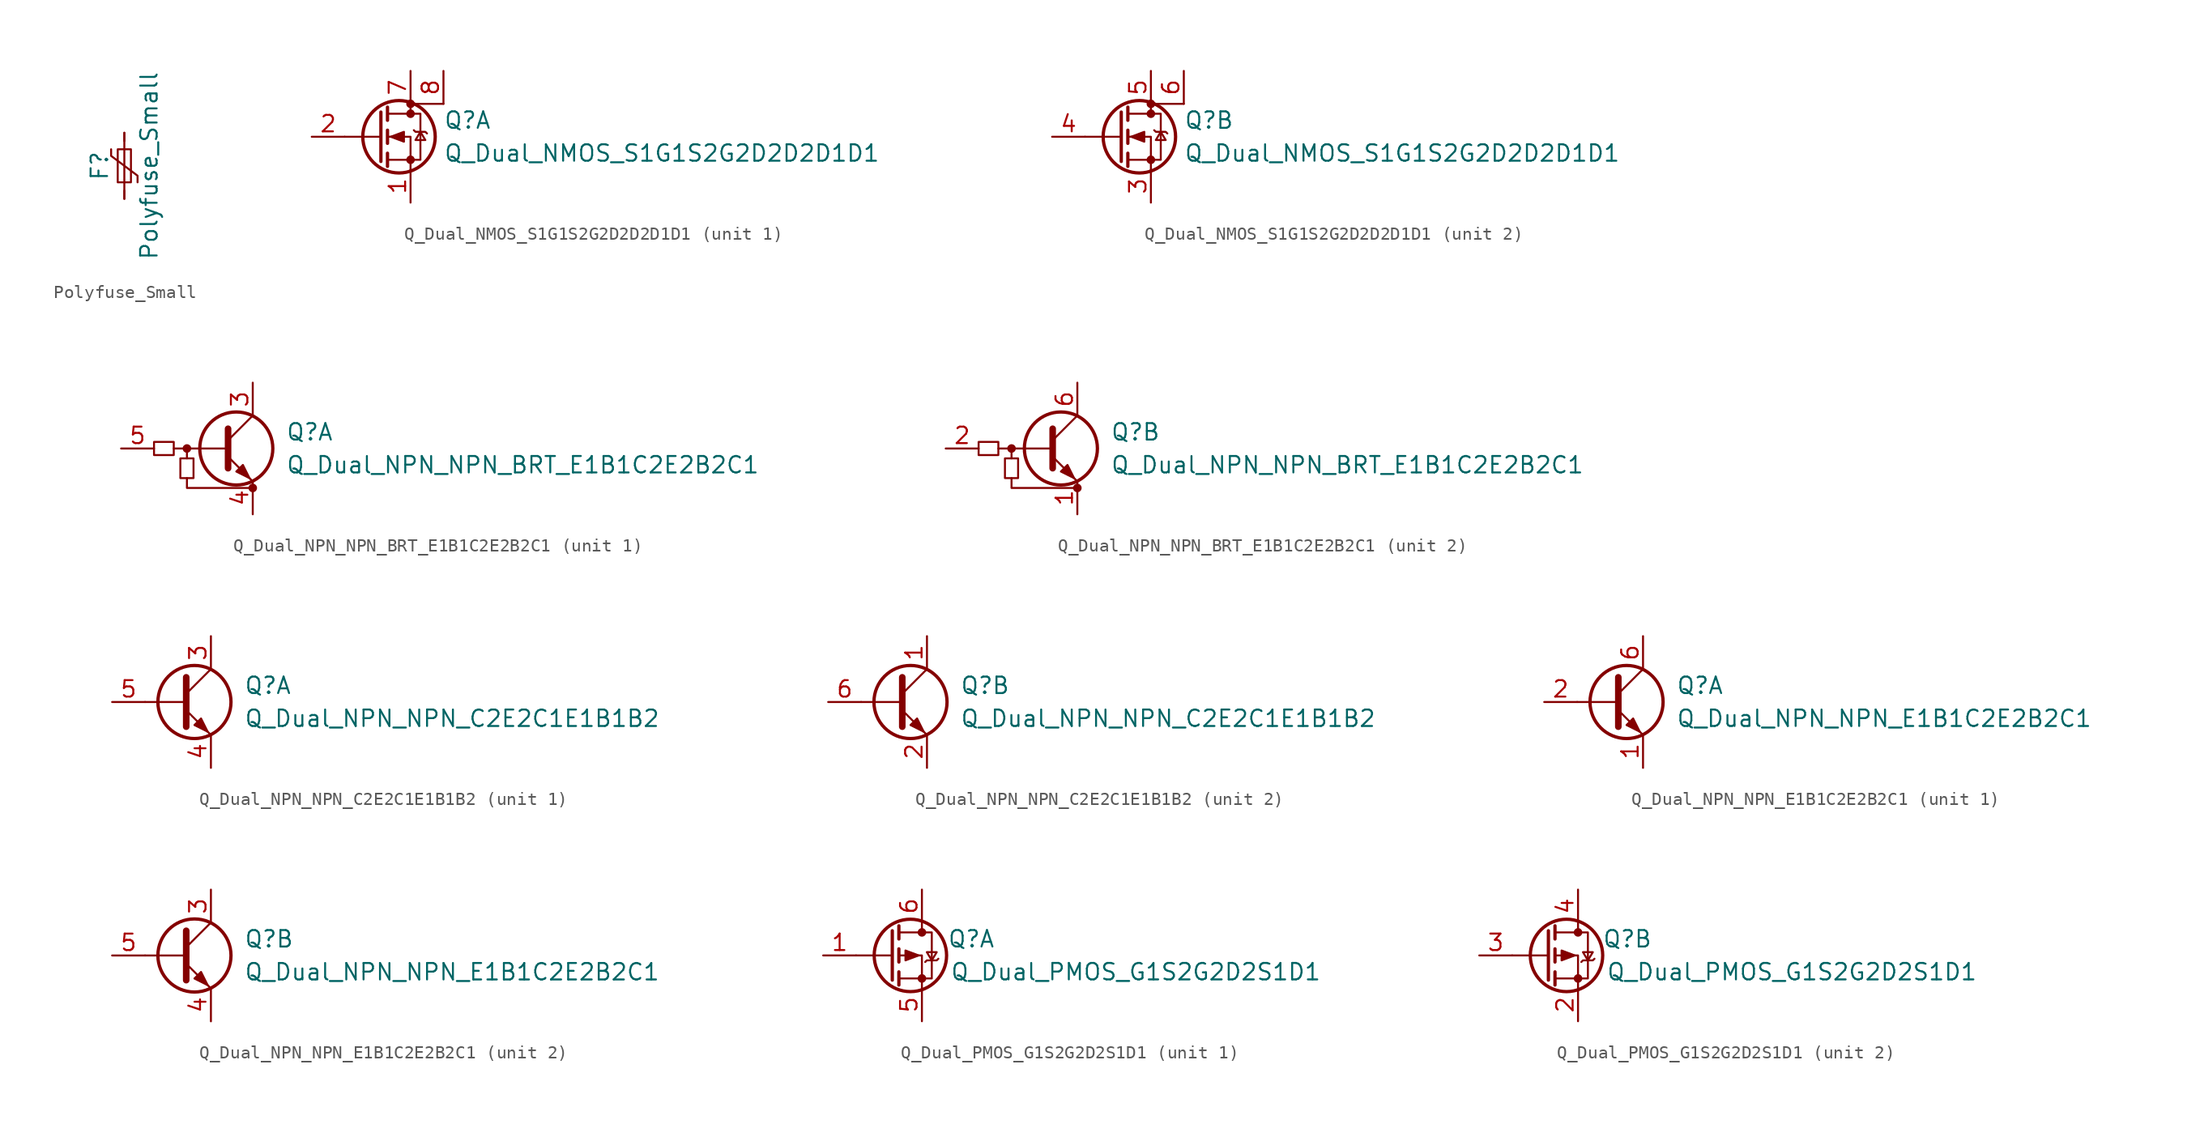
<source format=kicad_sym>
(kicad_symbol_lib
  (version 20211014)
  (generator kicad_symbol_editor)
  (symbol "Polyfuse_Small"
    (pin_numbers hide)
    (pin_names
      (offset 0))
    (property "Reference" "F"
      (at -1.905 0 90)
      (effects (font (size 1.27 1.27))))
    (property "Value" "Polyfuse_Small"
      (at 1.905 0 90)
      (effects (font (size 1.27 1.27))))
    (symbol "Polyfuse_Small_0_1"
      (rectangle (start -0.508 1.27) (end 0.508 -1.27) (stroke (width 0) (type default) (color 0 0 0 0)) (fill (type none)))
      (polyline (pts (xy 0 2.54) (xy 0 -2.54)) (stroke (width 0) (type default) (color 0 0 0 0)) (fill (type none)))
      (polyline (pts (xy -1.016 1.27) (xy -1.016 0.762) (xy 1.016 -0.762) (xy 1.016 -1.27)) (stroke (width 0) (type default) (color 0 0 0 0)) (fill (type none))))
    (symbol "Polyfuse_Small_1_1"
      (pin passive line (at 0 2.54 270) (length 0.635) (name "~" (effects (font (size 1.27 1.27)))) (number "1" (effects (font (size 1.27 1.27)))))
      (pin passive line (at 0 -2.54 90) (length 0.635) (name "~" (effects (font (size 1.27 1.27)))) (number "2" (effects (font (size 1.27 1.27)))))))
  (symbol "Q_Dual_NMOS_S1G1S2G2D2D2D1D1"
    (pin_names
      (offset 0) hide)
    (property "Reference" "Q"
      (at 5.08 1.27 0)
      (effects (font (size 1.27 1.27)) (justify left)))
    (property "Value" "Q_Dual_NMOS_S1G1S2G2D2D2D1D1"
      (at 5.08 -1.27 0)
      (effects (font (size 1.27 1.27)) (justify left)))
    (symbol "Q_Dual_NMOS_S1G1S2G2D2D2D1D1_0_1"
      (polyline (pts (xy 0.254 0) (xy -2.54 0)) (stroke (width 0) (type default) (color 0 0 0 0)) (fill (type none)))
      (polyline (pts (xy 0.254 1.905) (xy 0.254 -1.905)) (stroke (width 0.254) (type default) (color 0 0 0 0)) (fill (type none)))
      (polyline (pts (xy 0.762 -1.27) (xy 0.762 -2.286)) (stroke (width 0.254) (type default) (color 0 0 0 0)) (fill (type none)))
      (polyline (pts (xy 0.762 0.508) (xy 0.762 -0.508)) (stroke (width 0.254) (type default) (color 0 0 0 0)) (fill (type none)))
      (polyline (pts (xy 0.762 2.286) (xy 0.762 1.27)) (stroke (width 0.254) (type default) (color 0 0 0 0)) (fill (type none)))
      (polyline (pts (xy 2.54 2.54) (xy 2.54 1.778)) (stroke (width 0) (type default) (color 0 0 0 0)) (fill (type none)))
      (polyline (pts (xy 5.08 2.54) (xy 2.54 2.54)) (stroke (width 0) (type default) (color 0 0 0 0)) (fill (type none)))
      (polyline (pts (xy 2.54 -2.54) (xy 2.54 0) (xy 0.762 0)) (stroke (width 0) (type default) (color 0 0 0 0)) (fill (type none)))
      (polyline (pts (xy 0.762 -1.778) (xy 3.302 -1.778) (xy 3.302 1.778) (xy 0.762 1.778)) (stroke (width 0) (type default) (color 0 0 0 0)) (fill (type none)))
      (polyline (pts (xy 1.016 0) (xy 2.032 0.381) (xy 2.032 -0.381) (xy 1.016 0)) (stroke (width 0) (type default) (color 0 0 0 0)) (fill (type outline)))
      (polyline (pts (xy 2.794 0.508) (xy 2.921 0.381) (xy 3.683 0.381) (xy 3.81 0.254)) (stroke (width 0) (type default) (color 0 0 0 0)) (fill (type none)))
      (polyline (pts (xy 3.302 0.381) (xy 2.921 -0.254) (xy 3.683 -0.254) (xy 3.302 0.381)) (stroke (width 0) (type default) (color 0 0 0 0)) (fill (type none)))
      (circle (center 1.651 0) (radius 2.794) (stroke (width 0.254) (type default) (color 0 0 0 0)) (fill (type none)))
      (circle (center 2.54 -1.778) (radius 0.254) (stroke (width 0) (type default) (color 0 0 0 0)) (fill (type outline)))
      (circle (center 2.54 1.778) (radius 0.254) (stroke (width 0) (type default) (color 0 0 0 0)) (fill (type outline)))
      (circle (center 2.54 2.54) (radius 0.254) (stroke (width 0) (type default) (color 0 0 0 0)) (fill (type outline))))
    (symbol "Q_Dual_NMOS_S1G1S2G2D2D2D1D1_1_1"
      (pin passive line (at 2.54 -5.08 90) (length 2.54) (name "S" (effects (font (size 1.27 1.27)))) (number "1" (effects (font (size 1.27 1.27)))))
      (pin input line (at -5.08 0 0) (length 2.54) (name "G" (effects (font (size 1.27 1.27)))) (number "2" (effects (font (size 1.27 1.27)))))
      (pin passive line (at 2.54 5.08 270) (length 2.54) (name "D" (effects (font (size 1.27 1.27)))) (number "7" (effects (font (size 1.27 1.27)))))
      (pin passive line (at 5.08 5.08 270) (length 2.54) (name "D" (effects (font (size 1.27 1.27)))) (number "8" (effects (font (size 1.27 1.27))))))
    (symbol "Q_Dual_NMOS_S1G1S2G2D2D2D1D1_2_1"
      (pin passive line (at 2.54 -5.08 90) (length 2.54) (name "S" (effects (font (size 1.27 1.27)))) (number "3" (effects (font (size 1.27 1.27)))))
      (pin input line (at -5.08 0 0) (length 2.54) (name "G" (effects (font (size 1.27 1.27)))) (number "4" (effects (font (size 1.27 1.27)))))
      (pin passive line (at 2.54 5.08 270) (length 2.54) (name "D" (effects (font (size 1.27 1.27)))) (number "5" (effects (font (size 1.27 1.27)))))
      (pin passive line (at 5.08 5.08 270) (length 2.54) (name "D" (effects (font (size 1.27 1.27)))) (number "6" (effects (font (size 1.27 1.27)))))))
  (symbol "Q_Dual_NPN_NPN_BRT_E1B1C2E2B2C1"
    (pin_names hide)
    (property "Reference" "Q"
      (at 3.81 1.27 0)
      (effects (font (size 1.27 1.27)) (justify left)))
    (property "Value" "Q_Dual_NPN_NPN_BRT_E1B1C2E2B2C1"
      (at 3.81 -1.27 0)
      (effects (font (size 1.27 1.27)) (justify left)))
    (symbol "Q_Dual_NPN_NPN_BRT_E1B1C2E2B2C1_0_1"
      (rectangle (start -6.35 0.508) (end -4.826 -0.508) (stroke (width 0) (type default) (color 0 0 0 0)) (fill (type none)))
      (rectangle (start -4.318 -2.286) (end -3.302 -0.762) (stroke (width 0) (type default) (color 0 0 0 0)) (fill (type none)))
      (circle (center -3.81 0) (radius 0.254) (stroke (width 0) (type default) (color 0 0 0 0)) (fill (type outline)))
      (polyline (pts (xy -3.81 -0.762) (xy -3.81 0)) (stroke (width 0) (type default) (color 0 0 0 0)) (fill (type none)))
      (polyline (pts (xy -0.762 0) (xy -4.826 0)) (stroke (width 0) (type default) (color 0 0 0 0)) (fill (type none)))
      (polyline (pts (xy -0.635 1.524) (xy -0.635 -1.524)) (stroke (width 0.508) (type default) (color 0 0 0 0)) (fill (type none)))
      (polyline (pts (xy -3.81 -2.286) (xy -3.81 -3.048) (xy 1.27 -3.048)) (stroke (width 0) (type default) (color 0 0 0 0)) (fill (type none)))
      (circle (center 1.27 -3.048) (radius 0.254) (stroke (width 0) (type default) (color 0 0 0 0)) (fill (type outline))))
    (symbol "Q_Dual_NPN_NPN_BRT_E1B1C2E2B2C1_1_1"
      (polyline (pts (xy -0.635 0.635) (xy 1.27 2.54)) (stroke (width 0) (type default) (color 0 0 0 0)) (fill (type none)))
      (polyline (pts (xy -0.635 -0.635) (xy 1.27 -2.54) (xy 1.27 -2.54)) (stroke (width 0) (type default) (color 0 0 0 0)) (fill (type none)))
      (polyline (pts (xy 0 -1.778) (xy 0.508 -1.27) (xy 1.016 -2.286) (xy 0 -1.778) (xy 0 -1.778)) (stroke (width 0) (type default) (color 0 0 0 0)) (fill (type outline)))
      (circle (center 0 0) (radius 2.819) (stroke (width 0.254) (type default) (color 0 0 0 0)) (fill (type none)))
      (pin passive line (at 1.27 5.08 270) (length 2.54) (name "C1" (effects (font (size 1.27 1.27)))) (number "3" (effects (font (size 1.27 1.27)))))
      (pin passive line (at 1.27 -5.08 90) (length 2.54) (name "E1" (effects (font (size 1.27 1.27)))) (number "4" (effects (font (size 1.27 1.27)))))
      (pin input line (at -8.89 0 0) (length 2.54) (name "B1" (effects (font (size 1.27 1.27)))) (number "5" (effects (font (size 1.27 1.27))))))
    (symbol "Q_Dual_NPN_NPN_BRT_E1B1C2E2B2C1_2_1"
      (polyline (pts (xy -0.635 0.635) (xy 1.27 2.54)) (stroke (width 0) (type default) (color 0 0 0 0)) (fill (type none)))
      (polyline (pts (xy -0.635 -0.635) (xy 1.27 -2.54) (xy 1.27 -2.54)) (stroke (width 0) (type default) (color 0 0 0 0)) (fill (type none)))
      (polyline (pts (xy 0 -1.778) (xy 0.508 -1.27) (xy 1.016 -2.286) (xy 0 -1.778) (xy 0 -1.778)) (stroke (width 0) (type default) (color 0 0 0 0)) (fill (type outline)))
      (circle (center 0 0) (radius 2.819) (stroke (width 0.254) (type default) (color 0 0 0 0)) (fill (type none)))
      (pin passive line (at 1.27 -5.08 90) (length 2.54) (name "E1" (effects (font (size 1.27 1.27)))) (number "1" (effects (font (size 1.27 1.27)))))
      (pin input line (at -8.89 0 0) (length 2.54) (name "B1" (effects (font (size 1.27 1.27)))) (number "2" (effects (font (size 1.27 1.27)))))
      (pin passive line (at 1.27 5.08 270) (length 2.54) (name "C1" (effects (font (size 1.27 1.27)))) (number "6" (effects (font (size 1.27 1.27)))))))
  (symbol "Q_Dual_NPN_NPN_C2E2C1E1B1B2"
    (pin_names
      (offset 0) hide)
    (property "Reference" "Q"
      (at 5.08 1.27 0)
      (effects (font (size 1.27 1.27)) (justify left)))
    (property "Value" "Q_Dual_NPN_NPN_C2E2C1E1B1B2"
      (at 5.08 -1.27 0)
      (effects (font (size 1.27 1.27)) (justify left)))
    (property "ki_locked" ""
      (at 0 0 0)
      (effects (font (size 1.27 1.27))))
    (symbol "Q_Dual_NPN_NPN_C2E2C1E1B1B2_0_1"
      (polyline (pts (xy 0.635 0) (xy -2.54 0)) (stroke (width 0) (type default) (color 0 0 0 0)) (fill (type none)))
      (polyline (pts (xy 0.635 0.635) (xy 2.54 2.54)) (stroke (width 0) (type default) (color 0 0 0 0)) (fill (type none)))
      (polyline (pts (xy 0.635 -0.635) (xy 2.54 -2.54) (xy 2.54 -2.54)) (stroke (width 0) (type default) (color 0 0 0 0)) (fill (type none)))
      (polyline (pts (xy 0.635 1.905) (xy 0.635 -1.905) (xy 0.635 -1.905)) (stroke (width 0.508) (type default) (color 0 0 0 0)) (fill (type none)))
      (polyline (pts (xy 1.27 -1.778) (xy 1.778 -1.27) (xy 2.286 -2.286) (xy 1.27 -1.778) (xy 1.27 -1.778)) (stroke (width 0) (type default) (color 0 0 0 0)) (fill (type outline)))
      (circle (center 1.27 0) (radius 2.819) (stroke (width 0.254) (type default) (color 0 0 0 0)) (fill (type none))))
    (symbol "Q_Dual_NPN_NPN_C2E2C1E1B1B2_1_1"
      (pin passive line (at 2.54 5.08 270) (length 2.54) (name "C1" (effects (font (size 1.27 1.27)))) (number "3" (effects (font (size 1.27 1.27)))))
      (pin passive line (at 2.54 -5.08 90) (length 2.54) (name "E1" (effects (font (size 1.27 1.27)))) (number "4" (effects (font (size 1.27 1.27)))))
      (pin input line (at -5.08 0 0) (length 2.54) (name "B1" (effects (font (size 1.27 1.27)))) (number "5" (effects (font (size 1.27 1.27))))))
    (symbol "Q_Dual_NPN_NPN_C2E2C1E1B1B2_2_1"
      (pin passive line (at 2.54 5.08 270) (length 2.54) (name "C2" (effects (font (size 1.27 1.27)))) (number "1" (effects (font (size 1.27 1.27)))))
      (pin passive line (at 2.54 -5.08 90) (length 2.54) (name "E2" (effects (font (size 1.27 1.27)))) (number "2" (effects (font (size 1.27 1.27)))))
      (pin input line (at -5.08 0 0) (length 2.54) (name "B2" (effects (font (size 1.27 1.27)))) (number "6" (effects (font (size 1.27 1.27)))))))
  (symbol "Q_Dual_NPN_NPN_E1B1C2E2B2C1"
    (pin_names
      (offset 0) hide)
    (property "Reference" "Q"
      (at 5.08 1.27 0)
      (effects (font (size 1.27 1.27)) (justify left)))
    (property "Value" "Q_Dual_NPN_NPN_E1B1C2E2B2C1"
      (at 5.08 -1.27 0)
      (effects (font (size 1.27 1.27)) (justify left)))
    (property "ki_locked" ""
      (at 0 0 0)
      (effects (font (size 1.27 1.27))))
    (symbol "Q_Dual_NPN_NPN_E1B1C2E2B2C1_0_1"
      (polyline (pts (xy 0.635 0) (xy -2.54 0)) (stroke (width 0) (type default) (color 0 0 0 0)) (fill (type none)))
      (polyline (pts (xy 0.635 0.635) (xy 2.54 2.54)) (stroke (width 0) (type default) (color 0 0 0 0)) (fill (type none)))
      (polyline (pts (xy 0.635 -0.635) (xy 2.54 -2.54) (xy 2.54 -2.54)) (stroke (width 0) (type default) (color 0 0 0 0)) (fill (type none)))
      (polyline (pts (xy 0.635 1.905) (xy 0.635 -1.905) (xy 0.635 -1.905)) (stroke (width 0.508) (type default) (color 0 0 0 0)) (fill (type none)))
      (polyline (pts (xy 1.27 -1.778) (xy 1.778 -1.27) (xy 2.286 -2.286) (xy 1.27 -1.778) (xy 1.27 -1.778)) (stroke (width 0) (type default) (color 0 0 0 0)) (fill (type outline)))
      (circle (center 1.27 0) (radius 2.819) (stroke (width 0.254) (type default) (color 0 0 0 0)) (fill (type none))))
    (symbol "Q_Dual_NPN_NPN_E1B1C2E2B2C1_1_1"
      (pin passive line (at 2.54 -5.08 90) (length 2.54) (name "E1" (effects (font (size 1.27 1.27)))) (number "1" (effects (font (size 1.27 1.27)))))
      (pin input line (at -5.08 0 0) (length 2.54) (name "B1" (effects (font (size 1.27 1.27)))) (number "2" (effects (font (size 1.27 1.27)))))
      (pin passive line (at 2.54 5.08 270) (length 2.54) (name "C1" (effects (font (size 1.27 1.27)))) (number "6" (effects (font (size 1.27 1.27))))))
    (symbol "Q_Dual_NPN_NPN_E1B1C2E2B2C1_2_1"
      (pin passive line (at 2.54 5.08 270) (length 2.54) (name "C2" (effects (font (size 1.27 1.27)))) (number "3" (effects (font (size 1.27 1.27)))))
      (pin passive line (at 2.54 -5.08 90) (length 2.54) (name "E2" (effects (font (size 1.27 1.27)))) (number "4" (effects (font (size 1.27 1.27)))))
      (pin input line (at -5.08 0 0) (length 2.54) (name "B2" (effects (font (size 1.27 1.27)))) (number "5" (effects (font (size 1.27 1.27)))))))
  (symbol "Q_Dual_PMOS_G1S2G2D2S1D1"
    (pin_names
      (offset 0) hide)
    (property "Reference" "Q"
      (at 6.35 1.27 0)
      (effects (font (size 1.27 1.27))))
    (property "Value" "Q_Dual_PMOS_G1S2G2D2S1D1"
      (at 19.05 -1.27 0)
      (effects (font (size 1.27 1.27))))
    (symbol "Q_Dual_PMOS_G1S2G2D2S1D1_0_1"
      (polyline (pts (xy 0.254 0) (xy -2.54 0)) (stroke (width 0) (type default) (color 0 0 0 0)) (fill (type none)))
      (polyline (pts (xy 0.254 1.905) (xy 0.254 -1.905)) (stroke (width 0.254) (type default) (color 0 0 0 0)) (fill (type none)))
      (polyline (pts (xy 0.762 -1.27) (xy 0.762 -2.286)) (stroke (width 0.254) (type default) (color 0 0 0 0)) (fill (type none)))
      (polyline (pts (xy 0.762 0.508) (xy 0.762 -0.508)) (stroke (width 0.254) (type default) (color 0 0 0 0)) (fill (type none)))
      (polyline (pts (xy 0.762 2.286) (xy 0.762 1.27)) (stroke (width 0.254) (type default) (color 0 0 0 0)) (fill (type none)))
      (polyline (pts (xy 2.54 2.54) (xy 2.54 1.778)) (stroke (width 0) (type default) (color 0 0 0 0)) (fill (type none)))
      (polyline (pts (xy 2.54 -2.54) (xy 2.54 0) (xy 0.762 0)) (stroke (width 0) (type default) (color 0 0 0 0)) (fill (type none)))
      (polyline (pts (xy 0.762 1.778) (xy 3.302 1.778) (xy 3.302 -1.778) (xy 0.762 -1.778)) (stroke (width 0) (type default) (color 0 0 0 0)) (fill (type none)))
      (polyline (pts (xy 2.286 0) (xy 1.27 0.381) (xy 1.27 -0.381) (xy 2.286 0)) (stroke (width 0) (type default) (color 0 0 0 0)) (fill (type outline)))
      (polyline (pts (xy 2.794 -0.508) (xy 2.921 -0.381) (xy 3.683 -0.381) (xy 3.81 -0.254)) (stroke (width 0) (type default) (color 0 0 0 0)) (fill (type none)))
      (polyline (pts (xy 3.302 -0.381) (xy 2.921 0.254) (xy 3.683 0.254) (xy 3.302 -0.381)) (stroke (width 0) (type default) (color 0 0 0 0)) (fill (type none)))
      (circle (center 1.651 0) (radius 2.794) (stroke (width 0.254) (type default) (color 0 0 0 0)) (fill (type none)))
      (circle (center 2.54 -1.778) (radius 0.254) (stroke (width 0) (type default) (color 0 0 0 0)) (fill (type outline)))
      (circle (center 2.54 1.778) (radius 0.254) (stroke (width 0) (type default) (color 0 0 0 0)) (fill (type outline))))
    (symbol "Q_Dual_PMOS_G1S2G2D2S1D1_1_1"
      (pin input line (at -5.08 0 0) (length 2.54) (name "G" (effects (font (size 1.27 1.27)))) (number "1" (effects (font (size 1.27 1.27)))))
      (pin passive line (at 2.54 -5.08 90) (length 2.54) (name "S" (effects (font (size 1.27 1.27)))) (number "5" (effects (font (size 1.27 1.27)))))
      (pin passive line (at 2.54 5.08 270) (length 2.54) (name "D" (effects (font (size 1.27 1.27)))) (number "6" (effects (font (size 1.27 1.27))))))
    (symbol "Q_Dual_PMOS_G1S2G2D2S1D1_2_1"
      (pin passive line (at 2.54 -5.08 90) (length 2.54) (name "S" (effects (font (size 1.27 1.27)))) (number "2" (effects (font (size 1.27 1.27)))))
      (pin input line (at -5.08 0 0) (length 2.54) (name "G" (effects (font (size 1.27 1.27)))) (number "3" (effects (font (size 1.27 1.27)))))
      (pin passive line (at 2.54 5.08 270) (length 2.54) (name "D" (effects (font (size 1.27 1.27)))) (number "4" (effects (font (size 1.27 1.27))))))))
</source>
